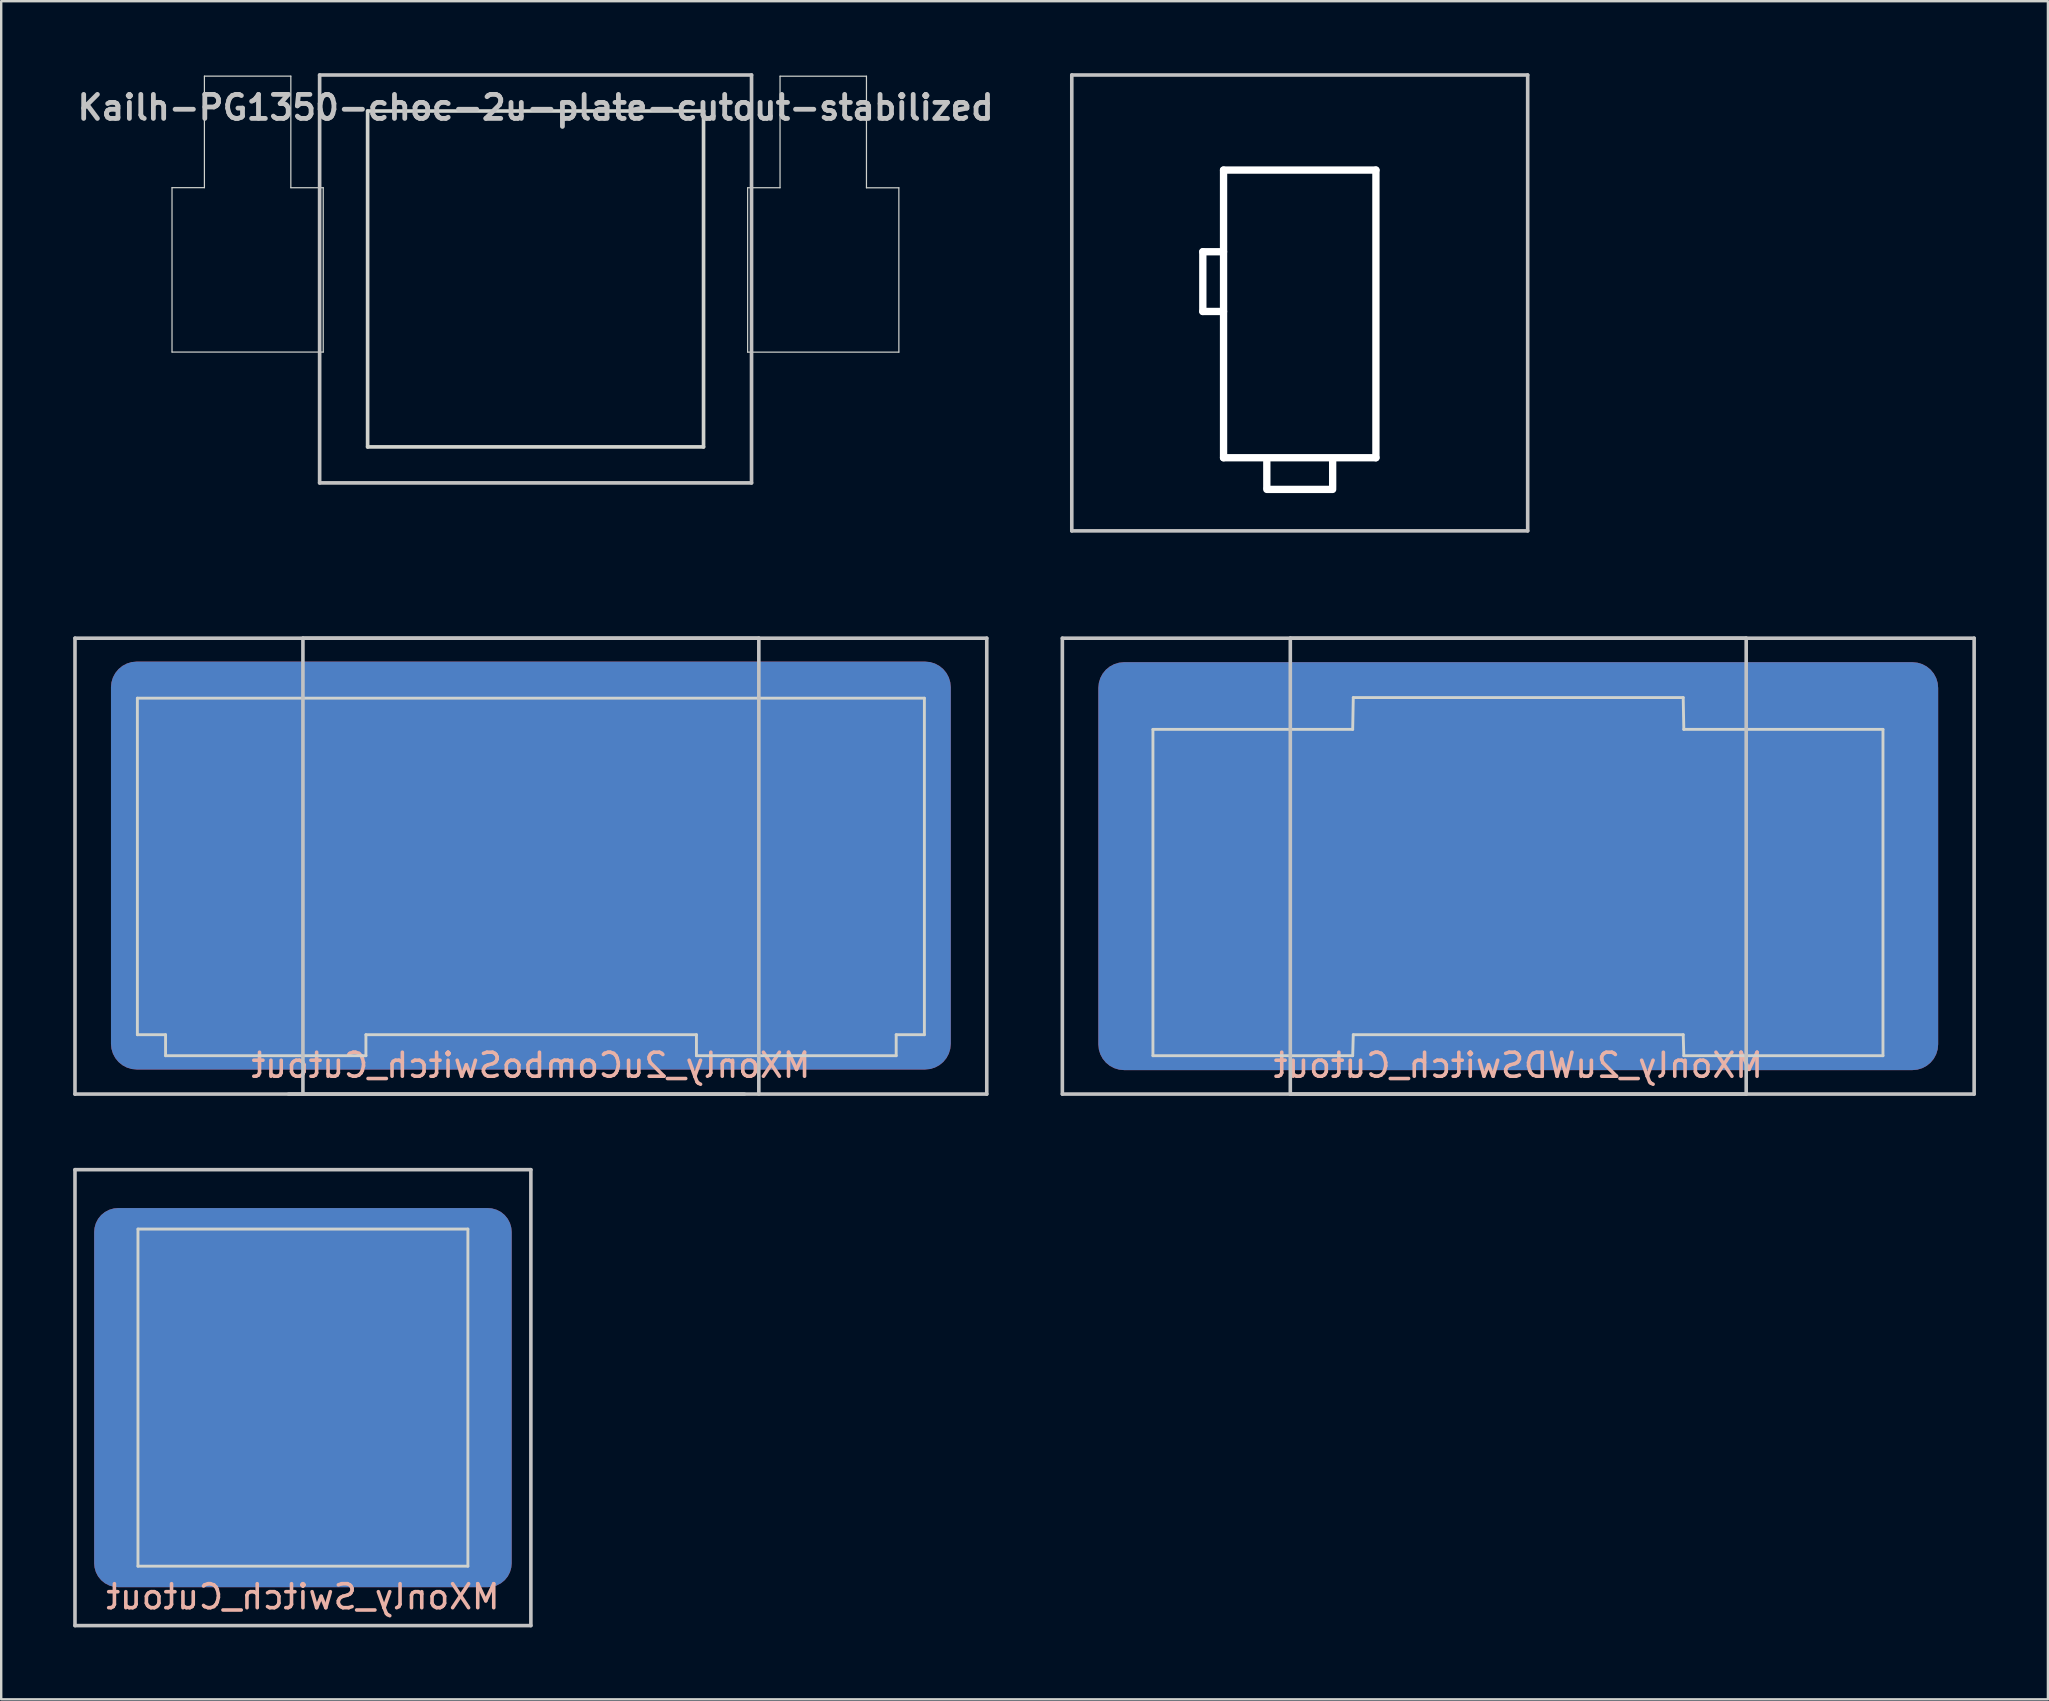
<source format=kicad_pcb>
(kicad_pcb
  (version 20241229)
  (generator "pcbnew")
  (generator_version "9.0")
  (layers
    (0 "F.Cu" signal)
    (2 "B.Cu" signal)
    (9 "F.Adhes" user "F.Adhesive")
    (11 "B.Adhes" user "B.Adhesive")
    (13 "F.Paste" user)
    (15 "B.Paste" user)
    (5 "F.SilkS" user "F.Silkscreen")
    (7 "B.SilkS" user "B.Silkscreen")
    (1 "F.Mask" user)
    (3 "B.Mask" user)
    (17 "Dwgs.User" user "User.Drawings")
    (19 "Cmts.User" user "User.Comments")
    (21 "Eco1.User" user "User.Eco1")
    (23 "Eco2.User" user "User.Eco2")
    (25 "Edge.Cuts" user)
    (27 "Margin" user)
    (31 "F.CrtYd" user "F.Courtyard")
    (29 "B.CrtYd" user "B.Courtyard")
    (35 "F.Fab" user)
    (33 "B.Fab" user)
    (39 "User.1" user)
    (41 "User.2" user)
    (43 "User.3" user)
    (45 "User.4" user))
  (footprint "MX_Stabilizer_Cutout"
    (layer "F.Cu")
    (at 51.118 9.575)
    (property "Reference" "MX_Stabilizer_Cutout" (at 0.25 10.05 0) (layer "Eco2.User") (effects (font (size 1 1) (thickness 0.15))))
    (attr through_hole)
    (fp_line (start -9.5 -9.5) (end 9.5 -9.5) (stroke (width 0.15) (type solid)) (layer "Dwgs.User"))
    (fp_line (start -9.5 9.5) (end -9.5 -9.5) (stroke (width 0.15) (type solid)) (layer "Dwgs.User"))
    (fp_line (start 9.5 -9.5) (end 9.5 9.5) (stroke (width 0.15) (type solid)) (layer "Dwgs.User"))
    (fp_line (start 9.5 9.5) (end -9.5 9.5) (stroke (width 0.15) (type solid)) (layer "Dwgs.User"))
    (pad "" np_thru_hole oval (at -4.039 -0.889) (size 0.305 2.794) (drill oval 0.305 2.794) (layers "*.Cu" "*.Mask"))
    (pad "" np_thru_hole oval (at -3.607 -2.134) (size 1.168 0.305) (drill oval 1.168 0.305) (layers "*.Cu" "*.Mask"))
    (pad "" np_thru_hole oval (at -3.607 0.356) (size 1.168 0.305) (drill oval 1.168 0.305) (layers "*.Cu" "*.Mask"))
    (pad "" np_thru_hole oval (at -3.175 0.457) (size 0.305 12.294) (drill oval 0.305 12.294) (layers "*.Cu" "*.Mask"))
    (pad "" np_thru_hole oval (at -1.372 7.112) (size 0.305 1.473) (drill oval 0.305 1.473) (layers "*.Cu" "*.Mask"))
    (pad "" np_thru_hole oval (at 0 -5.537) (size 6.655 0.305) (drill oval 6.655 0.305) (layers "*.Cu" "*.Mask"))
    (pad "" np_thru_hole oval (at 0 6.452) (size 6.655 0.305) (drill oval 6.655 0.305) (layers "*.Cu" "*.Mask"))
    (pad "" np_thru_hole oval (at 0 7.772) (size 3.048 0.305) (drill oval 3.048 0.305) (layers "*.Cu" "*.Mask"))
    (pad "" np_thru_hole oval (at 1.372 7.112) (size 0.305 1.473) (drill oval 0.305 1.473) (layers "*.Cu" "*.Mask"))
    (pad "" np_thru_hole oval (at 3.175 0.457) (size 0.305 12.294) (drill oval 0.305 12.294) (layers "*.Cu" "*.Mask")))
  (footprint "MXonly_Switch_Cutout"
    (layer "F.Cu")
    (at 9.575 55.198)
    (property "Reference" "MXonly_Switch_Cutout" (at 0 8.3 0) (layer "B.SilkS") (effects (font (size 1 1) (thickness 0.15)) (justify mirror)))
    (attr through_hole)
    (fp_line (start -9.5 -9.5) (end 9.5 -9.5) (stroke (width 0.15) (type solid)) (layer "Dwgs.User"))
    (fp_line (start -9.5 9.5) (end -9.5 -9.5) (stroke (width 0.15) (type solid)) (layer "Dwgs.User"))
    (fp_line (start 9.5 -9.5) (end 9.5 9.5) (stroke (width 0.15) (type solid)) (layer "Dwgs.User"))
    (fp_line (start 9.5 9.5) (end -9.5 9.5) (stroke (width 0.15) (type solid)) (layer "Dwgs.User"))
    (fp_line (start -6.875 -7.025) (end 6.875 -7.025) (stroke (width 0.12) (type solid)) (layer "Edge.Cuts"))
    (fp_line (start -6.875 7.025) (end -6.875 -7.025) (stroke (width 0.12) (type solid)) (layer "Edge.Cuts"))
    (fp_line (start 6.875 -7.025) (end 6.875 7.025) (stroke (width 0.12) (type solid)) (layer "Edge.Cuts"))
    (fp_line (start 6.875 7.025) (end -6.875 7.025) (stroke (width 0.12) (type solid)) (layer "Edge.Cuts"))
    (pad "1" smd roundrect (at 0 0 180) (size 17.4 15.8) (layers "F.Cu" "F.Mask") (roundrect_rratio 0.063))
    (pad "1" smd roundrect (at 0 0 180) (size 17.4 15.8) (layers "B.Cu" "B.Mask") (roundrect_rratio 0.063)))
  (footprint "MXonly_2uWDSwitch_Cutout"
    (layer "F.Cu")
    (at 60.225 32.473)
    (property "Reference" "MXonly_2uWDSwitch_Cutout" (at 0 8.875 0) (layer "B.SilkS") (effects (font (size 1 1) (thickness 0.15)) (justify mirror)))
    (attr through_hole)
    (fp_line (start -19 -8.925) (end 19 -8.925) (stroke (width 0.15) (type solid)) (layer "Dwgs.User"))
    (fp_line (start -19 10.075) (end -19 -8.925) (stroke (width 0.15) (type solid)) (layer "Dwgs.User"))
    (fp_line (start -9.5 -8.925) (end 9.5 -8.925) (stroke (width 0.15) (type solid)) (layer "Dwgs.User"))
    (fp_line (start -9.5 10.075) (end -9.5 -8.925) (stroke (width 0.15) (type solid)) (layer "Dwgs.User"))
    (fp_line (start 9.5 -8.925) (end 9.5 10.075) (stroke (width 0.15) (type solid)) (layer "Dwgs.User"))
    (fp_line (start 9.5 10.075) (end -9.5 10.075) (stroke (width 0.15) (type solid)) (layer "Dwgs.User"))
    (fp_line (start 19 -8.925) (end 19 10.075) (stroke (width 0.15) (type solid)) (layer "Dwgs.User"))
    (fp_line (start 19 10.075) (end -19 10.075) (stroke (width 0.15) (type solid)) (layer "Dwgs.User"))
    (fp_line (start -15.225 -5.125) (end -6.9 -5.125) (stroke (width 0.12) (type solid)) (layer "Edge.Cuts"))
    (fp_line (start -15.225 8.475) (end -15.225 -5.125) (stroke (width 0.12) (type solid)) (layer "Edge.Cuts"))
    (fp_line (start -6.9 -5.125) (end -6.875 -6.45) (stroke (width 0.12) (type solid)) (layer "Edge.Cuts"))
    (fp_line (start -6.9 8.475) (end -15.225 8.475) (stroke (width 0.12) (type solid)) (layer "Edge.Cuts"))
    (fp_line (start -6.9 8.475) (end -6.875 7.6) (stroke (width 0.12) (type solid)) (layer "Edge.Cuts"))
    (fp_line (start -6.875 -6.45) (end 6.875 -6.45) (stroke (width 0.12) (type solid)) (layer "Edge.Cuts"))
    (fp_line (start 6.875 7.6) (end -6.875 7.6) (stroke (width 0.12) (type solid)) (layer "Edge.Cuts"))
    (fp_line (start 6.875 7.6) (end 6.9 8.475) (stroke (width 0.12) (type solid)) (layer "Edge.Cuts"))
    (fp_line (start 6.9 -5.125) (end 6.875 -6.45) (stroke (width 0.12) (type solid)) (layer "Edge.Cuts"))
    (fp_line (start 6.9 -5.125) (end 15.2 -5.125) (stroke (width 0.12) (type solid)) (layer "Edge.Cuts"))
    (fp_line (start 15.2 -5.125) (end 15.2 8.475) (stroke (width 0.12) (type solid)) (layer "Edge.Cuts"))
    (fp_line (start 15.2 8.475) (end 6.9 8.475) (stroke (width 0.12) (type solid)) (layer "Edge.Cuts"))
    (pad "1" smd roundrect (at 0 0.575 180) (size 35 17) (layers "F.Cu" "F.Mask") (roundrect_rratio 0.063))
    (pad "1" smd roundrect (at 0 0.575 180) (size 35 17) (layers "B.Cu" "B.Mask") (roundrect_rratio 0.063)))
  (footprint "Kailh-PG1350-choc-2u-plate-cutout-stabilized"
    (layer "F.Cu")
    (at 19.271 8.576)
    (property "Reference" "Kailh-PG1350-choc-2u-plate-cutout-stabilized" (at 0 -7.144 180) (layer "Dwgs.User") (effects (font (size 1 1) (thickness 0.2))))
    (attr through_hole)
    (fp_line (start -9 -8.5) (end 9 -8.5) (stroke (width 0.152) (type solid)) (layer "Dwgs.User"))
    (fp_line (start -9 8.5) (end -9 -8.5) (stroke (width 0.152) (type solid)) (layer "Dwgs.User"))
    (fp_line (start 9 -8.5) (end 9 8.5) (stroke (width 0.152) (type solid)) (layer "Dwgs.User"))
    (fp_line (start 9 8.5) (end -9 8.5) (stroke (width 0.152) (type solid)) (layer "Dwgs.User"))
    (fp_line (start -15.152 -3.804) (end -15.152 3.046) (stroke (width 0.05) (type solid)) (layer "Edge.Cuts"))
    (fp_line (start -15.15 3.047) (end -8.85 3.047) (stroke (width 0.05) (type solid)) (layer "Edge.Cuts"))
    (fp_line (start -13.802 -8.454) (end -13.802 -3.804) (stroke (width 0.05) (type solid)) (layer "Edge.Cuts"))
    (fp_line (start -13.802 -3.804) (end -15.152 -3.804) (stroke (width 0.05) (type solid)) (layer "Edge.Cuts"))
    (fp_line (start -13.8 -8.453) (end -10.2 -8.453) (stroke (width 0.05) (type solid)) (layer "Edge.Cuts"))
    (fp_line (start -10.2 -8.453) (end -10.2 -3.803) (stroke (width 0.05) (type solid)) (layer "Edge.Cuts"))
    (fp_line (start -10.2 -3.803) (end -8.85 -3.803) (stroke (width 0.05) (type solid)) (layer "Edge.Cuts"))
    (fp_line (start -8.85 -3.803) (end -8.85 3.047) (stroke (width 0.05) (type solid)) (layer "Edge.Cuts"))
    (fp_line (start -7 -7) (end 7 -7) (stroke (width 0.152) (type solid)) (layer "Edge.Cuts"))
    (fp_line (start -7 7) (end -7 -7) (stroke (width 0.152) (type solid)) (layer "Edge.Cuts"))
    (fp_line (start 7 -7) (end 7 7) (stroke (width 0.152) (type solid)) (layer "Edge.Cuts"))
    (fp_line (start 7 7) (end -7 7) (stroke (width 0.152) (type solid)) (layer "Edge.Cuts"))
    (fp_line (start 8.838 -3.801) (end 8.838 3.049) (stroke (width 0.05) (type solid)) (layer "Edge.Cuts"))
    (fp_line (start 8.84 3.05) (end 15.14 3.05) (stroke (width 0.05) (type solid)) (layer "Edge.Cuts"))
    (fp_line (start 10.188 -8.451) (end 10.188 -3.801) (stroke (width 0.05) (type solid)) (layer "Edge.Cuts"))
    (fp_line (start 10.188 -3.801) (end 8.838 -3.801) (stroke (width 0.05) (type solid)) (layer "Edge.Cuts"))
    (fp_line (start 10.19 -8.45) (end 13.79 -8.45) (stroke (width 0.05) (type solid)) (layer "Edge.Cuts"))
    (fp_line (start 13.79 -8.45) (end 13.79 -3.8) (stroke (width 0.05) (type solid)) (layer "Edge.Cuts"))
    (fp_line (start 13.79 -3.8) (end 15.14 -3.8) (stroke (width 0.05) (type solid)) (layer "Edge.Cuts"))
    (fp_line (start 15.14 -3.8) (end 15.14 3.05) (stroke (width 0.05) (type solid)) (layer "Edge.Cuts")))
  (footprint "MXonly_2uComboSwitch_Cutout"
    (layer "F.Cu")
    (at 19.075 32.448)
    (property "Reference" "MXonly_2uComboSwitch_Cutout" (at 0 8.9 0) (layer "B.SilkS") (effects (font (size 1 1) (thickness 0.15)) (justify mirror)))
    (attr through_hole)
    (fp_line (start -19 -8.9) (end 19 -8.9) (stroke (width 0.15) (type solid)) (layer "Dwgs.User"))
    (fp_line (start -19 10.1) (end -19 -8.9) (stroke (width 0.15) (type solid)) (layer "Dwgs.User"))
    (fp_line (start -9.5 -8.9) (end 9.5 -8.9) (stroke (width 0.15) (type solid)) (layer "Dwgs.User"))
    (fp_line (start -9.5 10.1) (end -9.5 -8.9) (stroke (width 0.15) (type solid)) (layer "Dwgs.User"))
    (fp_line (start 8.9 10.1) (end -10.1 10.1) (stroke (width 0.15) (type solid)) (layer "Dwgs.User"))
    (fp_line (start 9.5 -8.9) (end 9.5 10.1) (stroke (width 0.15) (type solid)) (layer "Dwgs.User"))
    (fp_line (start 19 -8.9) (end 19 10.1) (stroke (width 0.15) (type solid)) (layer "Dwgs.User"))
    (fp_line (start 19 10.1) (end -19 10.1) (stroke (width 0.15) (type solid)) (layer "Dwgs.User"))
    (fp_line (start -16.4 -6.4) (end 16.4 -6.4) (stroke (width 0.12) (type solid)) (layer "Edge.Cuts"))
    (fp_line (start -16.4 7.625) (end -16.4 -6.4) (stroke (width 0.12) (type solid)) (layer "Edge.Cuts"))
    (fp_line (start -15.225 7.625) (end -16.4 7.625) (stroke (width 0.12) (type solid)) (layer "Edge.Cuts"))
    (fp_line (start -15.225 8.5) (end -15.225 7.625) (stroke (width 0.12) (type solid)) (layer "Edge.Cuts"))
    (fp_line (start -6.875 7.625) (end 6.9 7.625) (stroke (width 0.12) (type solid)) (layer "Edge.Cuts"))
    (fp_line (start -6.875 8.5) (end -15.225 8.5) (stroke (width 0.12) (type solid)) (layer "Edge.Cuts"))
    (fp_line (start -6.875 8.5) (end -6.875 7.625) (stroke (width 0.12) (type solid)) (layer "Edge.Cuts"))
    (fp_line (start 6.9 7.625) (end 6.9 8.5) (stroke (width 0.12) (type solid)) (layer "Edge.Cuts"))
    (fp_line (start 15.225 7.625) (end 15.225 8.5) (stroke (width 0.12) (type solid)) (layer "Edge.Cuts"))
    (fp_line (start 15.225 7.625) (end 16.4 7.625) (stroke (width 0.12) (type solid)) (layer "Edge.Cuts"))
    (fp_line (start 15.225 8.5) (end 6.9 8.5) (stroke (width 0.12) (type solid)) (layer "Edge.Cuts"))
    (fp_line (start 16.4 7.625) (end 16.4 -6.4) (stroke (width 0.12) (type solid)) (layer "Edge.Cuts"))
    (pad "1" smd roundrect (at 0 0.575 180) (size 35 17) (layers "F.Cu" "F.Mask") (roundrect_rratio 0.063))
    (pad "1" smd roundrect (at 0 0.575 180) (size 35 17) (layers "B.Cu" "B.Mask") (roundrect_rratio 0.063)))
  (gr_rect
    (start -3 -3)
    (end 82.3 67.773)
    (stroke (width 0.1) (type default))
    (fill no)
    (layer "Edge.Cuts")))
</source>
